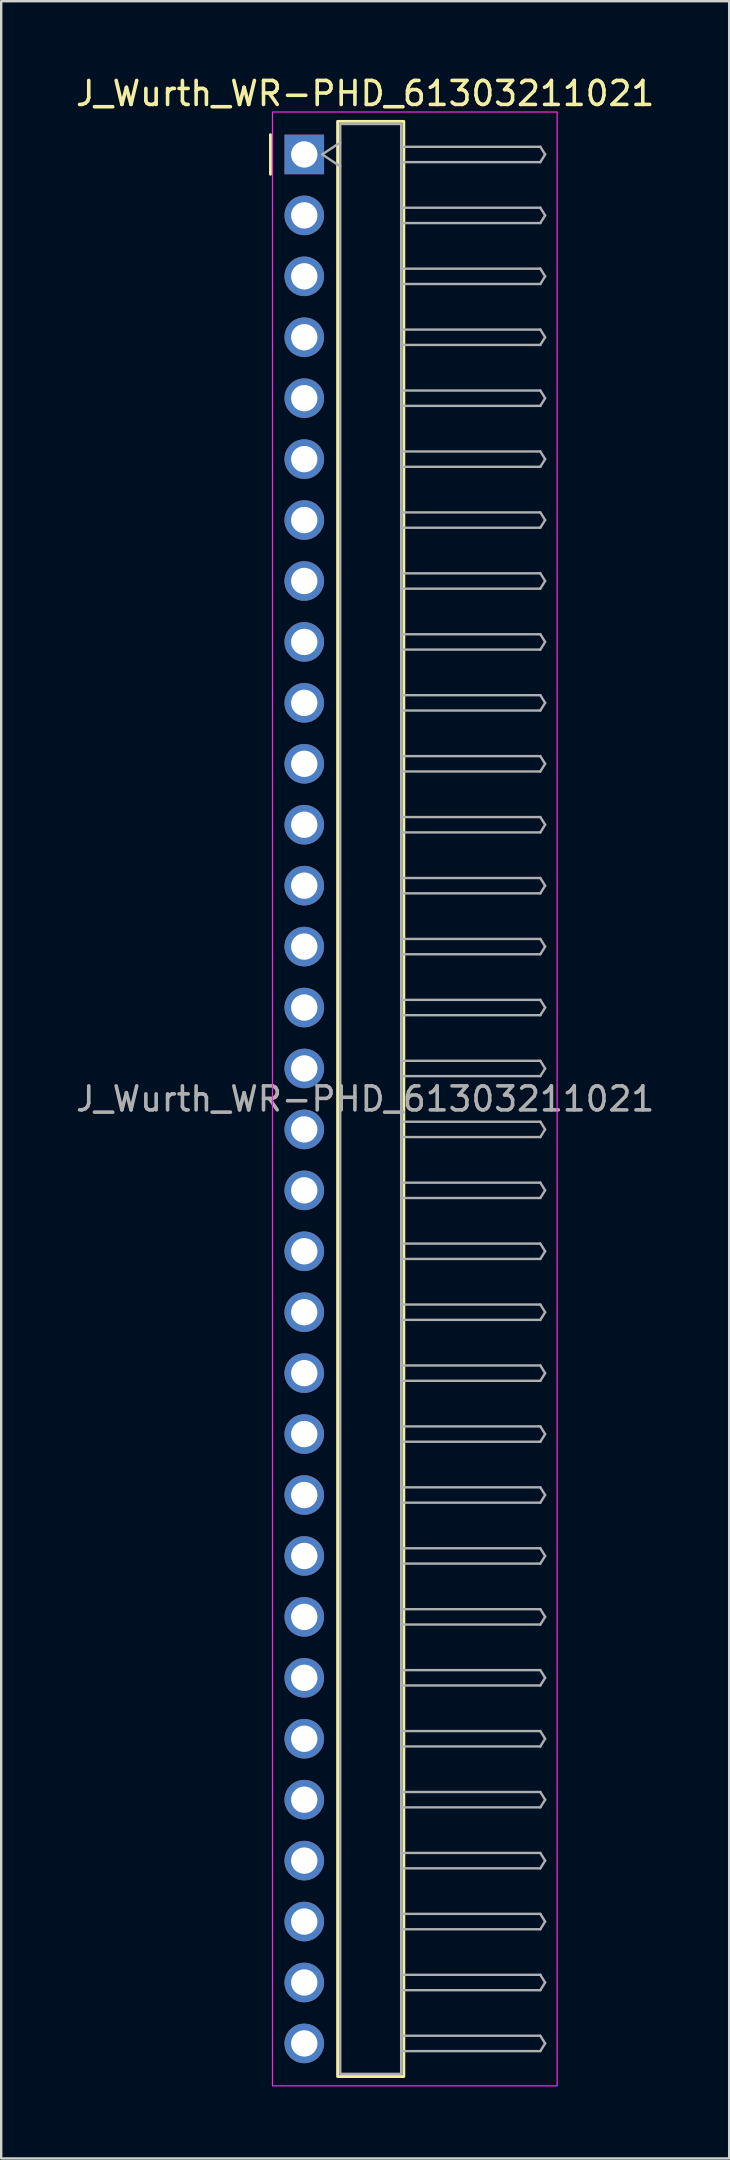
<source format=kicad_pcb>
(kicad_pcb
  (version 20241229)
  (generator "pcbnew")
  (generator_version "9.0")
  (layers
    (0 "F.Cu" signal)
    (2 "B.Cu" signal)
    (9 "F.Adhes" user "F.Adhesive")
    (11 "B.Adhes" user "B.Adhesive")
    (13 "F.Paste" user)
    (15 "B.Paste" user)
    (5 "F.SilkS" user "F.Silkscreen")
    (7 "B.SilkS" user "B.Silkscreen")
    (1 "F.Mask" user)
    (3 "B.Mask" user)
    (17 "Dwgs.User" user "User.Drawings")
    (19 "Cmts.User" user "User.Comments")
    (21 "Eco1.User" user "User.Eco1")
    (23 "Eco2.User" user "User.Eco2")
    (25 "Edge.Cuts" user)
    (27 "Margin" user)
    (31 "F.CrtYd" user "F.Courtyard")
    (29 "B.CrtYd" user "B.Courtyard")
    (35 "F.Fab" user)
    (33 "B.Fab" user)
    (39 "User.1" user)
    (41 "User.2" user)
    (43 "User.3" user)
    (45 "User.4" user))
  (footprint "J_Wurth_WR-PHD_61303211021"
    (layer "F.Cu")
    (at 9.633 3.388)
    (property "Reference" "J_Wurth_WR-PHD_61303211021" (at 2.54 -2.54 0) (unlocked yes) (layer "F.SilkS") (effects (font (size 1 1) (thickness 0.15))))
    (attr through_hole)
    (fp_line (start -1.41 -0.825) (end -1.41 0.825) (stroke (width 0.12) (type solid)) (layer "F.SilkS"))
    (fp_rect (start 1.39 -1.38) (end 4.15 80.12) (stroke (width 0.12) (type solid)) (fill no) (layer "F.SilkS"))
    (fp_rect (start -1.325 -1.77) (end 10.54 80.51) (stroke (width 0.05) (type solid)) (fill no) (layer "F.CrtYd"))
    (fp_line (start 0.75 0) (end 1.5 0.5) (stroke (width 0.1) (type solid)) (layer "F.Fab"))
    (fp_line (start 0.75 0) (end 1.5 -0.5) (stroke (width 0.1) (type solid)) (layer "F.Fab"))
    (fp_line (start 4.04 0.32) (end 9.84 0.32) (stroke (width 0.1) (type solid)) (layer "F.Fab"))
    (fp_line (start 4.04 2.86) (end 9.84 2.86) (stroke (width 0.1) (type solid)) (layer "F.Fab"))
    (fp_line (start 4.04 5.4) (end 9.84 5.4) (stroke (width 0.1) (type solid)) (layer "F.Fab"))
    (fp_line (start 4.04 7.94) (end 9.84 7.94) (stroke (width 0.1) (type solid)) (layer "F.Fab"))
    (fp_line (start 4.04 10.48) (end 9.84 10.48) (stroke (width 0.1) (type solid)) (layer "F.Fab"))
    (fp_line (start 4.04 13.02) (end 9.84 13.02) (stroke (width 0.1) (type solid)) (layer "F.Fab"))
    (fp_line (start 4.04 15.56) (end 9.84 15.56) (stroke (width 0.1) (type solid)) (layer "F.Fab"))
    (fp_line (start 4.04 18.1) (end 9.84 18.1) (stroke (width 0.1) (type solid)) (layer "F.Fab"))
    (fp_line (start 4.04 20.64) (end 9.84 20.64) (stroke (width 0.1) (type solid)) (layer "F.Fab"))
    (fp_line (start 4.04 23.18) (end 9.84 23.18) (stroke (width 0.1) (type solid)) (layer "F.Fab"))
    (fp_line (start 4.04 25.72) (end 9.84 25.72) (stroke (width 0.1) (type solid)) (layer "F.Fab"))
    (fp_line (start 4.04 28.26) (end 9.84 28.26) (stroke (width 0.1) (type solid)) (layer "F.Fab"))
    (fp_line (start 4.04 30.8) (end 9.84 30.8) (stroke (width 0.1) (type solid)) (layer "F.Fab"))
    (fp_line (start 4.04 33.34) (end 9.84 33.34) (stroke (width 0.1) (type solid)) (layer "F.Fab"))
    (fp_line (start 4.04 35.88) (end 9.84 35.88) (stroke (width 0.1) (type solid)) (layer "F.Fab"))
    (fp_line (start 4.04 38.42) (end 9.84 38.42) (stroke (width 0.1) (type solid)) (layer "F.Fab"))
    (fp_line (start 4.04 40.96) (end 9.84 40.96) (stroke (width 0.1) (type solid)) (layer "F.Fab"))
    (fp_line (start 4.04 43.5) (end 9.84 43.5) (stroke (width 0.1) (type solid)) (layer "F.Fab"))
    (fp_line (start 4.04 46.04) (end 9.84 46.04) (stroke (width 0.1) (type solid)) (layer "F.Fab"))
    (fp_line (start 4.04 48.58) (end 9.84 48.58) (stroke (width 0.1) (type solid)) (layer "F.Fab"))
    (fp_line (start 4.04 51.12) (end 9.84 51.12) (stroke (width 0.1) (type solid)) (layer "F.Fab"))
    (fp_line (start 4.04 53.66) (end 9.84 53.66) (stroke (width 0.1) (type solid)) (layer "F.Fab"))
    (fp_line (start 4.04 56.2) (end 9.84 56.2) (stroke (width 0.1) (type solid)) (layer "F.Fab"))
    (fp_line (start 4.04 58.74) (end 9.84 58.74) (stroke (width 0.1) (type solid)) (layer "F.Fab"))
    (fp_line (start 4.04 61.28) (end 9.84 61.28) (stroke (width 0.1) (type solid)) (layer "F.Fab"))
    (fp_line (start 4.04 63.82) (end 9.84 63.82) (stroke (width 0.1) (type solid)) (layer "F.Fab"))
    (fp_line (start 4.04 66.36) (end 9.84 66.36) (stroke (width 0.1) (type solid)) (layer "F.Fab"))
    (fp_line (start 4.04 68.9) (end 9.84 68.9) (stroke (width 0.1) (type solid)) (layer "F.Fab"))
    (fp_line (start 4.04 71.44) (end 9.84 71.44) (stroke (width 0.1) (type solid)) (layer "F.Fab"))
    (fp_line (start 4.04 73.98) (end 9.84 73.98) (stroke (width 0.1) (type solid)) (layer "F.Fab"))
    (fp_line (start 4.04 76.52) (end 9.84 76.52) (stroke (width 0.1) (type solid)) (layer "F.Fab"))
    (fp_line (start 4.04 79.06) (end 9.84 79.06) (stroke (width 0.1) (type solid)) (layer "F.Fab"))
    (fp_line (start 9.84 -0.32) (end 4.04 -0.32) (stroke (width 0.1) (type solid)) (layer "F.Fab"))
    (fp_line (start 9.84 0.32) (end 10.04 0) (stroke (width 0.1) (type default)) (layer "F.Fab"))
    (fp_line (start 9.84 2.22) (end 4.04 2.22) (stroke (width 0.1) (type solid)) (layer "F.Fab"))
    (fp_line (start 9.84 2.86) (end 10.04 2.54) (stroke (width 0.1) (type default)) (layer "F.Fab"))
    (fp_line (start 9.84 4.76) (end 4.04 4.76) (stroke (width 0.1) (type solid)) (layer "F.Fab"))
    (fp_line (start 9.84 5.4) (end 10.04 5.08) (stroke (width 0.1) (type default)) (layer "F.Fab"))
    (fp_line (start 9.84 7.3) (end 4.04 7.3) (stroke (width 0.1) (type solid)) (layer "F.Fab"))
    (fp_line (start 9.84 7.94) (end 10.04 7.62) (stroke (width 0.1) (type default)) (layer "F.Fab"))
    (fp_line (start 9.84 9.84) (end 4.04 9.84) (stroke (width 0.1) (type solid)) (layer "F.Fab"))
    (fp_line (start 9.84 10.48) (end 10.04 10.16) (stroke (width 0.1) (type solid)) (layer "F.Fab"))
    (fp_line (start 9.84 12.38) (end 4.04 12.38) (stroke (width 0.1) (type solid)) (layer "F.Fab"))
    (fp_line (start 9.84 13.02) (end 10.04 12.7) (stroke (width 0.1) (type solid)) (layer "F.Fab"))
    (fp_line (start 9.84 14.92) (end 4.04 14.92) (stroke (width 0.1) (type solid)) (layer "F.Fab"))
    (fp_line (start 9.84 15.56) (end 10.04 15.24) (stroke (width 0.1) (type solid)) (layer "F.Fab"))
    (fp_line (start 9.84 17.46) (end 4.04 17.46) (stroke (width 0.1) (type solid)) (layer "F.Fab"))
    (fp_line (start 9.84 20) (end 4.04 20) (stroke (width 0.1) (type solid)) (layer "F.Fab"))
    (fp_line (start 9.84 22.54) (end 4.04 22.54) (stroke (width 0.1) (type solid)) (layer "F.Fab"))
    (fp_line (start 9.84 25.08) (end 4.04 25.08) (stroke (width 0.1) (type solid)) (layer "F.Fab"))
    (fp_line (start 9.84 27.62) (end 4.04 27.62) (stroke (width 0.1) (type solid)) (layer "F.Fab"))
    (fp_line (start 9.84 30.16) (end 4.04 30.16) (stroke (width 0.1) (type solid)) (layer "F.Fab"))
    (fp_line (start 9.84 32.7) (end 4.04 32.7) (stroke (width 0.1) (type solid)) (layer "F.Fab"))
    (fp_line (start 9.84 35.24) (end 4.04 35.24) (stroke (width 0.1) (type solid)) (layer "F.Fab"))
    (fp_line (start 9.84 37.78) (end 4.04 37.78) (stroke (width 0.1) (type solid)) (layer "F.Fab"))
    (fp_line (start 9.84 40.32) (end 4.04 40.32) (stroke (width 0.1) (type solid)) (layer "F.Fab"))
    (fp_line (start 9.84 42.86) (end 4.04 42.86) (stroke (width 0.1) (type solid)) (layer "F.Fab"))
    (fp_line (start 9.84 45.4) (end 4.04 45.4) (stroke (width 0.1) (type solid)) (layer "F.Fab"))
    (fp_line (start 9.84 47.94) (end 4.04 47.94) (stroke (width 0.1) (type solid)) (layer "F.Fab"))
    (fp_line (start 9.84 48.58) (end 10.04 48.26) (stroke (width 0.1) (type solid)) (layer "F.Fab"))
    (fp_line (start 9.84 50.48) (end 4.04 50.48) (stroke (width 0.1) (type solid)) (layer "F.Fab"))
    (fp_line (start 9.84 51.12) (end 10.04 50.8) (stroke (width 0.1) (type solid)) (layer "F.Fab"))
    (fp_line (start 9.84 53.02) (end 4.04 53.02) (stroke (width 0.1) (type solid)) (layer "F.Fab"))
    (fp_line (start 9.84 53.66) (end 10.04 53.34) (stroke (width 0.1) (type solid)) (layer "F.Fab"))
    (fp_line (start 9.84 55.56) (end 4.04 55.56) (stroke (width 0.1) (type solid)) (layer "F.Fab"))
    (fp_line (start 9.84 56.2) (end 10.04 55.88) (stroke (width 0.1) (type solid)) (layer "F.Fab"))
    (fp_line (start 9.84 58.1) (end 4.04 58.1) (stroke (width 0.1) (type solid)) (layer "F.Fab"))
    (fp_line (start 9.84 58.74) (end 10.04 58.42) (stroke (width 0.1) (type solid)) (layer "F.Fab"))
    (fp_line (start 9.84 60.64) (end 4.04 60.64) (stroke (width 0.1) (type solid)) (layer "F.Fab"))
    (fp_line (start 9.84 61.28) (end 10.04 60.96) (stroke (width 0.1) (type solid)) (layer "F.Fab"))
    (fp_line (start 9.84 63.18) (end 4.04 63.18) (stroke (width 0.1) (type solid)) (layer "F.Fab"))
    (fp_line (start 9.84 63.82) (end 10.04 63.5) (stroke (width 0.1) (type solid)) (layer "F.Fab"))
    (fp_line (start 9.84 65.72) (end 4.04 65.72) (stroke (width 0.1) (type solid)) (layer "F.Fab"))
    (fp_line (start 9.84 66.36) (end 10.04 66.04) (stroke (width 0.1) (type solid)) (layer "F.Fab"))
    (fp_line (start 9.84 68.26) (end 4.04 68.26) (stroke (width 0.1) (type solid)) (layer "F.Fab"))
    (fp_line (start 9.84 68.9) (end 10.04 68.58) (stroke (width 0.1) (type solid)) (layer "F.Fab"))
    (fp_line (start 9.84 70.8) (end 4.04 70.8) (stroke (width 0.1) (type solid)) (layer "F.Fab"))
    (fp_line (start 9.84 71.44) (end 10.04 71.12) (stroke (width 0.1) (type solid)) (layer "F.Fab"))
    (fp_line (start 9.84 73.34) (end 4.04 73.34) (stroke (width 0.1) (type solid)) (layer "F.Fab"))
    (fp_line (start 9.84 73.98) (end 10.04 73.66) (stroke (width 0.1) (type solid)) (layer "F.Fab"))
    (fp_line (start 9.84 75.88) (end 4.04 75.88) (stroke (width 0.1) (type solid)) (layer "F.Fab"))
    (fp_line (start 9.84 76.52) (end 10.04 76.2) (stroke (width 0.1) (type solid)) (layer "F.Fab"))
    (fp_line (start 9.84 78.42) (end 4.04 78.42) (stroke (width 0.1) (type solid)) (layer "F.Fab"))
    (fp_line (start 9.84 79.06) (end 10.04 78.74) (stroke (width 0.1) (type solid)) (layer "F.Fab"))
    (fp_line (start 10.04 0) (end 9.84 -0.32) (stroke (width 0.1) (type solid)) (layer "F.Fab"))
    (fp_line (start 10.04 2.54) (end 9.84 2.22) (stroke (width 0.1) (type solid)) (layer "F.Fab"))
    (fp_line (start 10.04 5.08) (end 9.84 4.76) (stroke (width 0.1) (type solid)) (layer "F.Fab"))
    (fp_line (start 10.04 7.62) (end 9.84 7.3) (stroke (width 0.1) (type solid)) (layer "F.Fab"))
    (fp_line (start 10.04 10.16) (end 9.84 9.84) (stroke (width 0.1) (type solid)) (layer "F.Fab"))
    (fp_line (start 10.04 12.7) (end 9.84 12.38) (stroke (width 0.1) (type solid)) (layer "F.Fab"))
    (fp_line (start 10.04 15.24) (end 9.84 14.92) (stroke (width 0.1) (type solid)) (layer "F.Fab"))
    (fp_line (start 10.04 17.78) (end 9.84 17.46) (stroke (width 0.1) (type solid)) (layer "F.Fab"))
    (fp_line (start 10.04 17.78) (end 9.84 18.1) (stroke (width 0.1) (type solid)) (layer "F.Fab"))
    (fp_line (start 10.04 20.32) (end 9.84 20) (stroke (width 0.1) (type solid)) (layer "F.Fab"))
    (fp_line (start 10.04 20.32) (end 9.84 20.64) (stroke (width 0.1) (type solid)) (layer "F.Fab"))
    (fp_line (start 10.04 22.86) (end 9.84 22.54) (stroke (width 0.1) (type solid)) (layer "F.Fab"))
    (fp_line (start 10.04 22.86) (end 9.84 23.18) (stroke (width 0.1) (type solid)) (layer "F.Fab"))
    (fp_line (start 10.04 25.4) (end 9.84 25.08) (stroke (width 0.1) (type solid)) (layer "F.Fab"))
    (fp_line (start 10.04 25.4) (end 9.84 25.72) (stroke (width 0.1) (type solid)) (layer "F.Fab"))
    (fp_line (start 10.04 27.94) (end 9.84 27.62) (stroke (width 0.1) (type solid)) (layer "F.Fab"))
    (fp_line (start 10.04 27.94) (end 9.84 28.26) (stroke (width 0.1) (type solid)) (layer "F.Fab"))
    (fp_line (start 10.04 30.48) (end 9.84 30.16) (stroke (width 0.1) (type solid)) (layer "F.Fab"))
    (fp_line (start 10.04 30.48) (end 9.84 30.8) (stroke (width 0.1) (type solid)) (layer "F.Fab"))
    (fp_line (start 10.04 33.02) (end 9.84 32.7) (stroke (width 0.1) (type solid)) (layer "F.Fab"))
    (fp_line (start 10.04 33.02) (end 9.84 33.34) (stroke (width 0.1) (type solid)) (layer "F.Fab"))
    (fp_line (start 10.04 35.56) (end 9.84 35.24) (stroke (width 0.1) (type solid)) (layer "F.Fab"))
    (fp_line (start 10.04 35.56) (end 9.84 35.88) (stroke (width 0.1) (type solid)) (layer "F.Fab"))
    (fp_line (start 10.04 38.1) (end 9.84 37.78) (stroke (width 0.1) (type solid)) (layer "F.Fab"))
    (fp_line (start 10.04 38.1) (end 9.84 38.42) (stroke (width 0.1) (type solid)) (layer "F.Fab"))
    (fp_line (start 10.04 40.64) (end 9.84 40.32) (stroke (width 0.1) (type solid)) (layer "F.Fab"))
    (fp_line (start 10.04 40.64) (end 9.84 40.96) (stroke (width 0.1) (type solid)) (layer "F.Fab"))
    (fp_line (start 10.04 43.18) (end 9.84 42.86) (stroke (width 0.1) (type solid)) (layer "F.Fab"))
    (fp_line (start 10.04 43.18) (end 9.84 43.5) (stroke (width 0.1) (type solid)) (layer "F.Fab"))
    (fp_line (start 10.04 45.72) (end 9.84 45.4) (stroke (width 0.1) (type solid)) (layer "F.Fab"))
    (fp_line (start 10.04 45.72) (end 9.84 46.04) (stroke (width 0.1) (type solid)) (layer "F.Fab"))
    (fp_line (start 10.04 48.26) (end 9.84 47.94) (stroke (width 0.1) (type solid)) (layer "F.Fab"))
    (fp_line (start 10.04 50.8) (end 9.84 50.48) (stroke (width 0.1) (type solid)) (layer "F.Fab"))
    (fp_line (start 10.04 53.34) (end 9.84 53.02) (stroke (width 0.1) (type solid)) (layer "F.Fab"))
    (fp_line (start 10.04 55.88) (end 9.84 55.56) (stroke (width 0.1) (type solid)) (layer "F.Fab"))
    (fp_line (start 10.04 58.42) (end 9.84 58.1) (stroke (width 0.1) (type solid)) (layer "F.Fab"))
    (fp_line (start 10.04 60.96) (end 9.84 60.64) (stroke (width 0.1) (type solid)) (layer "F.Fab"))
    (fp_line (start 10.04 63.5) (end 9.84 63.18) (stroke (width 0.1) (type solid)) (layer "F.Fab"))
    (fp_line (start 10.04 66.04) (end 9.84 65.72) (stroke (width 0.1) (type solid)) (layer "F.Fab"))
    (fp_line (start 10.04 68.58) (end 9.84 68.26) (stroke (width 0.1) (type solid)) (layer "F.Fab"))
    (fp_line (start 10.04 71.12) (end 9.84 70.8) (stroke (width 0.1) (type solid)) (layer "F.Fab"))
    (fp_line (start 10.04 73.66) (end 9.84 73.34) (stroke (width 0.1) (type solid)) (layer "F.Fab"))
    (fp_line (start 10.04 76.2) (end 9.84 75.88) (stroke (width 0.1) (type solid)) (layer "F.Fab"))
    (fp_line (start 10.04 78.74) (end 9.84 78.42) (stroke (width 0.1) (type solid)) (layer "F.Fab"))
    (fp_rect (start 1.5 -1.27) (end 4.04 80.01) (stroke (width 0.1) (type solid)) (fill no) (layer "F.Fab"))
    (fp_text user "${REFERENCE}" (at 2.54 39.37 0) (unlocked yes) (layer "F.Fab") (effects (font (size 1 1) (thickness 0.15))))
    (pad "1" thru_hole rect (at 0 0 90) (size 1.65 1.65) (drill 1.1) (layers "*.Cu" "*.Mask"))
    (pad "2" thru_hole circle (at 0 2.54 90) (size 1.65 1.65) (drill 1.1) (layers "*.Cu" "*.Mask"))
    (pad "3" thru_hole circle (at 0 5.08 90) (size 1.65 1.65) (drill 1.1) (layers "*.Cu" "*.Mask"))
    (pad "4" thru_hole circle (at 0 7.62 90) (size 1.65 1.65) (drill 1.1) (layers "*.Cu" "*.Mask"))
    (pad "5" thru_hole circle (at 0 10.16 90) (size 1.65 1.65) (drill 1.1) (layers "*.Cu" "*.Mask"))
    (pad "6" thru_hole circle (at 0 12.7 90) (size 1.65 1.65) (drill 1.1) (layers "*.Cu" "*.Mask"))
    (pad "7" thru_hole circle (at 0 15.24 90) (size 1.65 1.65) (drill 1.1) (layers "*.Cu" "*.Mask"))
    (pad "8" thru_hole circle (at 0 17.78 90) (size 1.65 1.65) (drill 1.1) (layers "*.Cu" "*.Mask"))
    (pad "9" thru_hole circle (at 0 20.32 90) (size 1.65 1.65) (drill 1.1) (layers "*.Cu" "*.Mask"))
    (pad "10" thru_hole circle (at 0 22.86 90) (size 1.65 1.65) (drill 1.1) (layers "*.Cu" "*.Mask"))
    (pad "11" thru_hole circle (at 0 25.4 90) (size 1.65 1.65) (drill 1.1) (layers "*.Cu" "*.Mask"))
    (pad "12" thru_hole circle (at 0 27.94 90) (size 1.65 1.65) (drill 1.1) (layers "*.Cu" "*.Mask"))
    (pad "13" thru_hole circle (at 0 30.48 90) (size 1.65 1.65) (drill 1.1) (layers "*.Cu" "*.Mask"))
    (pad "14" thru_hole circle (at 0 33.02 90) (size 1.65 1.65) (drill 1.1) (layers "*.Cu" "*.Mask"))
    (pad "15" thru_hole circle (at 0 35.56 90) (size 1.65 1.65) (drill 1.1) (layers "*.Cu" "*.Mask"))
    (pad "16" thru_hole circle (at 0 38.1 90) (size 1.65 1.65) (drill 1.1) (layers "*.Cu" "*.Mask"))
    (pad "17" thru_hole circle (at 0 40.64 90) (size 1.65 1.65) (drill 1.1) (layers "*.Cu" "*.Mask"))
    (pad "18" thru_hole circle (at 0 43.18 90) (size 1.65 1.65) (drill 1.1) (layers "*.Cu" "*.Mask"))
    (pad "19" thru_hole circle (at 0 45.72 90) (size 1.65 1.65) (drill 1.1) (layers "*.Cu" "*.Mask"))
    (pad "20" thru_hole circle (at 0 48.26 90) (size 1.65 1.65) (drill 1.1) (layers "*.Cu" "*.Mask"))
    (pad "21" thru_hole circle (at 0 50.8 90) (size 1.65 1.65) (drill 1.1) (layers "*.Cu" "*.Mask"))
    (pad "22" thru_hole circle (at 0 53.34 90) (size 1.65 1.65) (drill 1.1) (layers "*.Cu" "*.Mask"))
    (pad "23" thru_hole circle (at 0 55.88 90) (size 1.65 1.65) (drill 1.1) (layers "*.Cu" "*.Mask"))
    (pad "24" thru_hole circle (at 0 58.42 90) (size 1.65 1.65) (drill 1.1) (layers "*.Cu" "*.Mask"))
    (pad "25" thru_hole circle (at 0 60.96 90) (size 1.65 1.65) (drill 1.1) (layers "*.Cu" "*.Mask"))
    (pad "26" thru_hole circle (at 0 63.5 90) (size 1.65 1.65) (drill 1.1) (layers "*.Cu" "*.Mask"))
    (pad "27" thru_hole circle (at 0 66.04 90) (size 1.65 1.65) (drill 1.1) (layers "*.Cu" "*.Mask"))
    (pad "28" thru_hole circle (at 0 68.58 90) (size 1.65 1.65) (drill 1.1) (layers "*.Cu" "*.Mask"))
    (pad "29" thru_hole circle (at 0 71.12 90) (size 1.65 1.65) (drill 1.1) (layers "*.Cu" "*.Mask"))
    (pad "30" thru_hole circle (at 0 73.66 90) (size 1.65 1.65) (drill 1.1) (layers "*.Cu" "*.Mask"))
    (pad "31" thru_hole circle (at 0 76.2 90) (size 1.65 1.65) (drill 1.1) (layers "*.Cu" "*.Mask"))
    (pad "32" thru_hole circle (at 0 78.74 90) (size 1.65 1.65) (drill 1.1) (layers "*.Cu" "*.Mask")))
  (gr_rect
    (start -3 -3)
    (end 27.345 86.923)
    (stroke (width 0.1) (type default))
    (fill no)
    (layer "Edge.Cuts")))
</source>
